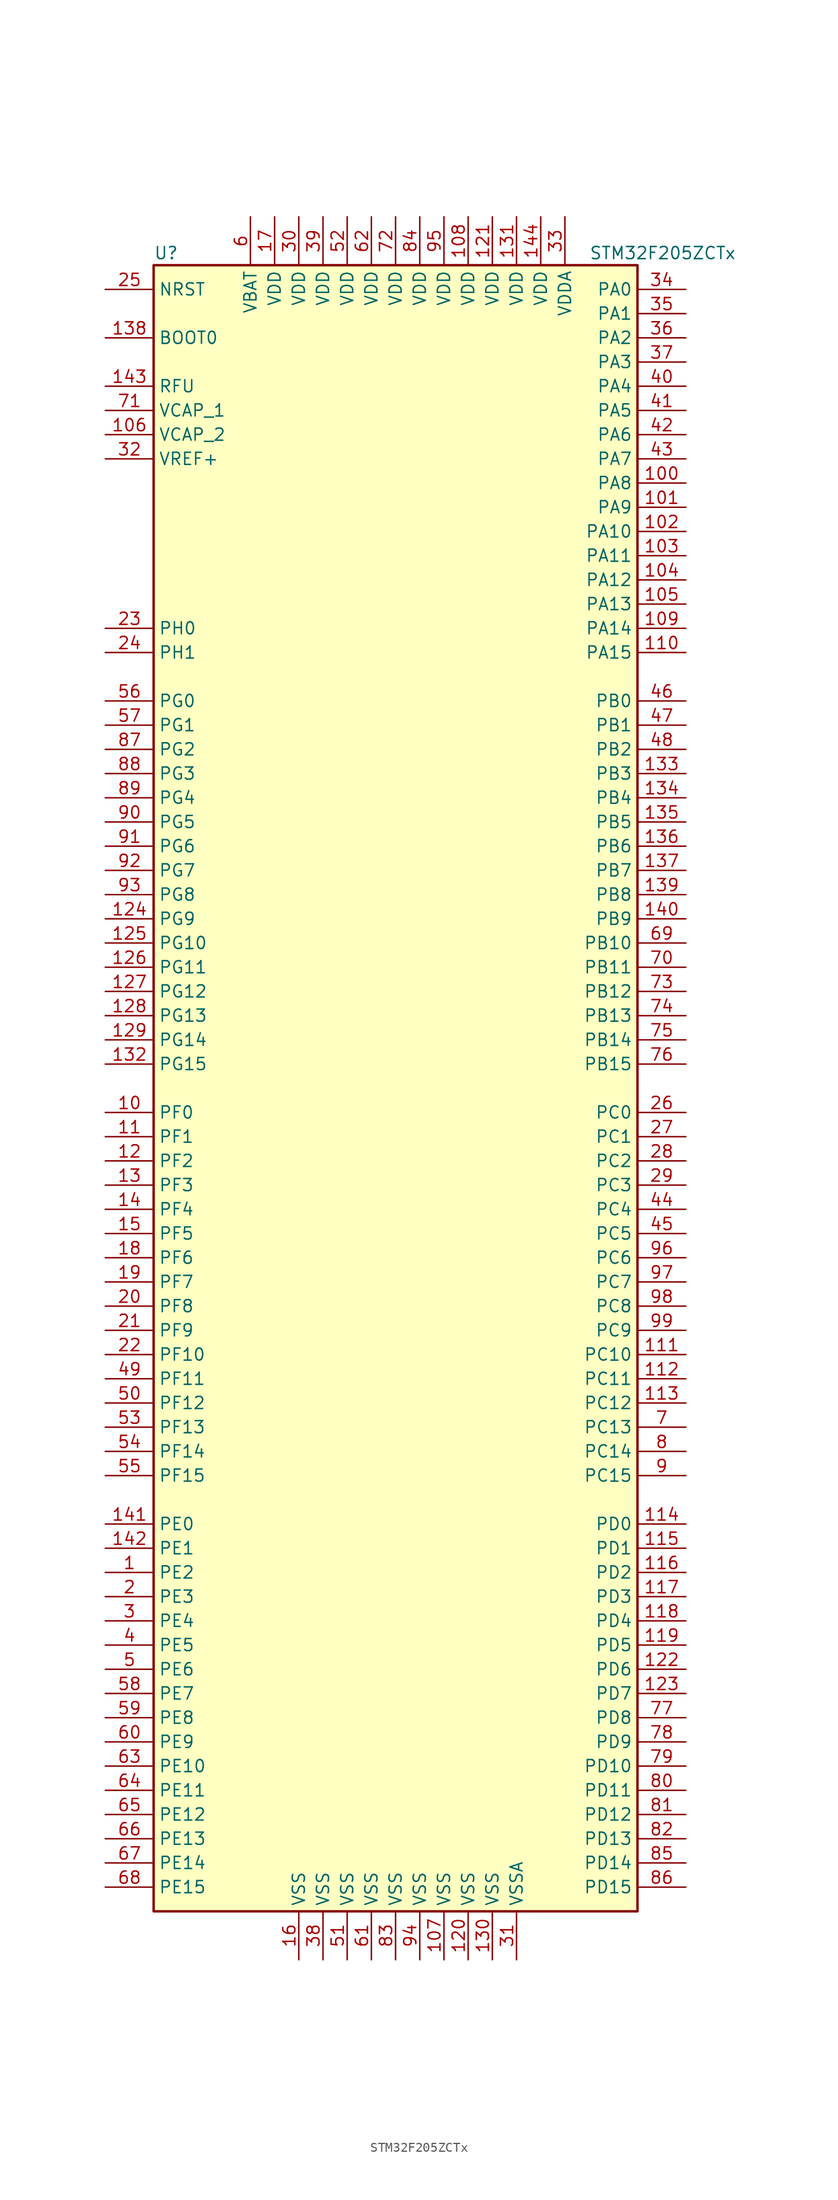
<source format=kicad_sym>
(kicad_symbol_lib
  (version 20201005)
  (generator kicad_symbol_editor)
  (symbol "STM32F205ZCTx"
    (property "Reference" "U"
      (at -25.4 87.63 0)
      (effects (font (size 1.27 1.27)) (justify left)))
    (property "Value" "STM32F205ZCTx"
      (at 20.32 87.63 0)
      (effects (font (size 1.27 1.27)) (justify left)))
    (symbol "STM32F205ZCTx_0_1"
      (rectangle (start -25.4 -86.36) (end 25.4 86.36) (stroke (width 0.254)) (fill (type background))))
    (symbol "STM32F205ZCTx_1_1"
      (pin bidirectional line (at -30.48 -50.8 0) (length 5.08) (name "PE2" (effects (font (size 1.27 1.27)))) (number "1" (effects (font (size 1.27 1.27)))))
      (pin bidirectional line (at -30.48 -2.54 0) (length 5.08) (name "PF0" (effects (font (size 1.27 1.27)))) (number "10" (effects (font (size 1.27 1.27)))))
      (pin bidirectional line (at 30.48 63.5 180) (length 5.08) (name "PA8" (effects (font (size 1.27 1.27)))) (number "100" (effects (font (size 1.27 1.27)))))
      (pin bidirectional line (at 30.48 60.96 180) (length 5.08) (name "PA9" (effects (font (size 1.27 1.27)))) (number "101" (effects (font (size 1.27 1.27)))))
      (pin bidirectional line (at 30.48 58.42 180) (length 5.08) (name "PA10" (effects (font (size 1.27 1.27)))) (number "102" (effects (font (size 1.27 1.27)))))
      (pin bidirectional line (at 30.48 55.88 180) (length 5.08) (name "PA11" (effects (font (size 1.27 1.27)))) (number "103" (effects (font (size 1.27 1.27)))))
      (pin bidirectional line (at 30.48 53.34 180) (length 5.08) (name "PA12" (effects (font (size 1.27 1.27)))) (number "104" (effects (font (size 1.27 1.27)))))
      (pin bidirectional line (at 30.48 50.8 180) (length 5.08) (name "PA13" (effects (font (size 1.27 1.27)))) (number "105" (effects (font (size 1.27 1.27)))))
      (pin power_in line (at -30.48 68.58 0) (length 5.08) (name "VCAP_2" (effects (font (size 1.27 1.27)))) (number "106" (effects (font (size 1.27 1.27)))))
      (pin power_in line (at 5.08 -91.44 90) (length 5.08) (name "VSS" (effects (font (size 1.27 1.27)))) (number "107" (effects (font (size 1.27 1.27)))))
      (pin power_in line (at 7.62 91.44 270) (length 5.08) (name "VDD" (effects (font (size 1.27 1.27)))) (number "108" (effects (font (size 1.27 1.27)))))
      (pin bidirectional line (at 30.48 48.26 180) (length 5.08) (name "PA14" (effects (font (size 1.27 1.27)))) (number "109" (effects (font (size 1.27 1.27)))))
      (pin bidirectional line (at -30.48 -5.08 0) (length 5.08) (name "PF1" (effects (font (size 1.27 1.27)))) (number "11" (effects (font (size 1.27 1.27)))))
      (pin bidirectional line (at 30.48 45.72 180) (length 5.08) (name "PA15" (effects (font (size 1.27 1.27)))) (number "110" (effects (font (size 1.27 1.27)))))
      (pin bidirectional line (at 30.48 -27.94 180) (length 5.08) (name "PC10" (effects (font (size 1.27 1.27)))) (number "111" (effects (font (size 1.27 1.27)))))
      (pin bidirectional line (at 30.48 -30.48 180) (length 5.08) (name "PC11" (effects (font (size 1.27 1.27)))) (number "112" (effects (font (size 1.27 1.27)))))
      (pin bidirectional line (at 30.48 -33.02 180) (length 5.08) (name "PC12" (effects (font (size 1.27 1.27)))) (number "113" (effects (font (size 1.27 1.27)))))
      (pin bidirectional line (at 30.48 -45.72 180) (length 5.08) (name "PD0" (effects (font (size 1.27 1.27)))) (number "114" (effects (font (size 1.27 1.27)))))
      (pin bidirectional line (at 30.48 -48.26 180) (length 5.08) (name "PD1" (effects (font (size 1.27 1.27)))) (number "115" (effects (font (size 1.27 1.27)))))
      (pin bidirectional line (at 30.48 -50.8 180) (length 5.08) (name "PD2" (effects (font (size 1.27 1.27)))) (number "116" (effects (font (size 1.27 1.27)))))
      (pin bidirectional line (at 30.48 -53.34 180) (length 5.08) (name "PD3" (effects (font (size 1.27 1.27)))) (number "117" (effects (font (size 1.27 1.27)))))
      (pin bidirectional line (at 30.48 -55.88 180) (length 5.08) (name "PD4" (effects (font (size 1.27 1.27)))) (number "118" (effects (font (size 1.27 1.27)))))
      (pin bidirectional line (at 30.48 -58.42 180) (length 5.08) (name "PD5" (effects (font (size 1.27 1.27)))) (number "119" (effects (font (size 1.27 1.27)))))
      (pin bidirectional line (at -30.48 -7.62 0) (length 5.08) (name "PF2" (effects (font (size 1.27 1.27)))) (number "12" (effects (font (size 1.27 1.27)))))
      (pin power_in line (at 7.62 -91.44 90) (length 5.08) (name "VSS" (effects (font (size 1.27 1.27)))) (number "120" (effects (font (size 1.27 1.27)))))
      (pin power_in line (at 10.16 91.44 270) (length 5.08) (name "VDD" (effects (font (size 1.27 1.27)))) (number "121" (effects (font (size 1.27 1.27)))))
      (pin bidirectional line (at 30.48 -60.96 180) (length 5.08) (name "PD6" (effects (font (size 1.27 1.27)))) (number "122" (effects (font (size 1.27 1.27)))))
      (pin bidirectional line (at 30.48 -63.5 180) (length 5.08) (name "PD7" (effects (font (size 1.27 1.27)))) (number "123" (effects (font (size 1.27 1.27)))))
      (pin bidirectional line (at -30.48 17.78 0) (length 5.08) (name "PG9" (effects (font (size 1.27 1.27)))) (number "124" (effects (font (size 1.27 1.27)))))
      (pin bidirectional line (at -30.48 15.24 0) (length 5.08) (name "PG10" (effects (font (size 1.27 1.27)))) (number "125" (effects (font (size 1.27 1.27)))))
      (pin bidirectional line (at -30.48 12.7 0) (length 5.08) (name "PG11" (effects (font (size 1.27 1.27)))) (number "126" (effects (font (size 1.27 1.27)))))
      (pin bidirectional line (at -30.48 10.16 0) (length 5.08) (name "PG12" (effects (font (size 1.27 1.27)))) (number "127" (effects (font (size 1.27 1.27)))))
      (pin bidirectional line (at -30.48 7.62 0) (length 5.08) (name "PG13" (effects (font (size 1.27 1.27)))) (number "128" (effects (font (size 1.27 1.27)))))
      (pin bidirectional line (at -30.48 5.08 0) (length 5.08) (name "PG14" (effects (font (size 1.27 1.27)))) (number "129" (effects (font (size 1.27 1.27)))))
      (pin bidirectional line (at -30.48 -10.16 0) (length 5.08) (name "PF3" (effects (font (size 1.27 1.27)))) (number "13" (effects (font (size 1.27 1.27)))))
      (pin power_in line (at 10.16 -91.44 90) (length 5.08) (name "VSS" (effects (font (size 1.27 1.27)))) (number "130" (effects (font (size 1.27 1.27)))))
      (pin power_in line (at 12.7 91.44 270) (length 5.08) (name "VDD" (effects (font (size 1.27 1.27)))) (number "131" (effects (font (size 1.27 1.27)))))
      (pin bidirectional line (at -30.48 2.54 0) (length 5.08) (name "PG15" (effects (font (size 1.27 1.27)))) (number "132" (effects (font (size 1.27 1.27)))))
      (pin bidirectional line (at 30.48 33.02 180) (length 5.08) (name "PB3" (effects (font (size 1.27 1.27)))) (number "133" (effects (font (size 1.27 1.27)))))
      (pin bidirectional line (at 30.48 30.48 180) (length 5.08) (name "PB4" (effects (font (size 1.27 1.27)))) (number "134" (effects (font (size 1.27 1.27)))))
      (pin bidirectional line (at 30.48 27.94 180) (length 5.08) (name "PB5" (effects (font (size 1.27 1.27)))) (number "135" (effects (font (size 1.27 1.27)))))
      (pin bidirectional line (at 30.48 25.4 180) (length 5.08) (name "PB6" (effects (font (size 1.27 1.27)))) (number "136" (effects (font (size 1.27 1.27)))))
      (pin bidirectional line (at 30.48 22.86 180) (length 5.08) (name "PB7" (effects (font (size 1.27 1.27)))) (number "137" (effects (font (size 1.27 1.27)))))
      (pin input line (at -30.48 78.74 0) (length 5.08) (name "BOOT0" (effects (font (size 1.27 1.27)))) (number "138" (effects (font (size 1.27 1.27)))))
      (pin bidirectional line (at 30.48 20.32 180) (length 5.08) (name "PB8" (effects (font (size 1.27 1.27)))) (number "139" (effects (font (size 1.27 1.27)))))
      (pin bidirectional line (at -30.48 -12.7 0) (length 5.08) (name "PF4" (effects (font (size 1.27 1.27)))) (number "14" (effects (font (size 1.27 1.27)))))
      (pin bidirectional line (at 30.48 17.78 180) (length 5.08) (name "PB9" (effects (font (size 1.27 1.27)))) (number "140" (effects (font (size 1.27 1.27)))))
      (pin bidirectional line (at -30.48 -45.72 0) (length 5.08) (name "PE0" (effects (font (size 1.27 1.27)))) (number "141" (effects (font (size 1.27 1.27)))))
      (pin bidirectional line (at -30.48 -48.26 0) (length 5.08) (name "PE1" (effects (font (size 1.27 1.27)))) (number "142" (effects (font (size 1.27 1.27)))))
      (pin power_in line (at -30.48 73.66 0) (length 5.08) (name "RFU" (effects (font (size 1.27 1.27)))) (number "143" (effects (font (size 1.27 1.27)))))
      (pin power_in line (at 15.24 91.44 270) (length 5.08) (name "VDD" (effects (font (size 1.27 1.27)))) (number "144" (effects (font (size 1.27 1.27)))))
      (pin bidirectional line (at -30.48 -15.24 0) (length 5.08) (name "PF5" (effects (font (size 1.27 1.27)))) (number "15" (effects (font (size 1.27 1.27)))))
      (pin power_in line (at -10.16 -91.44 90) (length 5.08) (name "VSS" (effects (font (size 1.27 1.27)))) (number "16" (effects (font (size 1.27 1.27)))))
      (pin power_in line (at -12.7 91.44 270) (length 5.08) (name "VDD" (effects (font (size 1.27 1.27)))) (number "17" (effects (font (size 1.27 1.27)))))
      (pin bidirectional line (at -30.48 -17.78 0) (length 5.08) (name "PF6" (effects (font (size 1.27 1.27)))) (number "18" (effects (font (size 1.27 1.27)))))
      (pin bidirectional line (at -30.48 -20.32 0) (length 5.08) (name "PF7" (effects (font (size 1.27 1.27)))) (number "19" (effects (font (size 1.27 1.27)))))
      (pin bidirectional line (at -30.48 -53.34 0) (length 5.08) (name "PE3" (effects (font (size 1.27 1.27)))) (number "2" (effects (font (size 1.27 1.27)))))
      (pin bidirectional line (at -30.48 -22.86 0) (length 5.08) (name "PF8" (effects (font (size 1.27 1.27)))) (number "20" (effects (font (size 1.27 1.27)))))
      (pin bidirectional line (at -30.48 -25.4 0) (length 5.08) (name "PF9" (effects (font (size 1.27 1.27)))) (number "21" (effects (font (size 1.27 1.27)))))
      (pin bidirectional line (at -30.48 -27.94 0) (length 5.08) (name "PF10" (effects (font (size 1.27 1.27)))) (number "22" (effects (font (size 1.27 1.27)))))
      (pin input line (at -30.48 48.26 0) (length 5.08) (name "PH0" (effects (font (size 1.27 1.27)))) (number "23" (effects (font (size 1.27 1.27)))))
      (pin input line (at -30.48 45.72 0) (length 5.08) (name "PH1" (effects (font (size 1.27 1.27)))) (number "24" (effects (font (size 1.27 1.27)))))
      (pin input line (at -30.48 83.82 0) (length 5.08) (name "NRST" (effects (font (size 1.27 1.27)))) (number "25" (effects (font (size 1.27 1.27)))))
      (pin bidirectional line (at 30.48 -2.54 180) (length 5.08) (name "PC0" (effects (font (size 1.27 1.27)))) (number "26" (effects (font (size 1.27 1.27)))))
      (pin bidirectional line (at 30.48 -5.08 180) (length 5.08) (name "PC1" (effects (font (size 1.27 1.27)))) (number "27" (effects (font (size 1.27 1.27)))))
      (pin bidirectional line (at 30.48 -7.62 180) (length 5.08) (name "PC2" (effects (font (size 1.27 1.27)))) (number "28" (effects (font (size 1.27 1.27)))))
      (pin bidirectional line (at 30.48 -10.16 180) (length 5.08) (name "PC3" (effects (font (size 1.27 1.27)))) (number "29" (effects (font (size 1.27 1.27)))))
      (pin bidirectional line (at -30.48 -55.88 0) (length 5.08) (name "PE4" (effects (font (size 1.27 1.27)))) (number "3" (effects (font (size 1.27 1.27)))))
      (pin power_in line (at -10.16 91.44 270) (length 5.08) (name "VDD" (effects (font (size 1.27 1.27)))) (number "30" (effects (font (size 1.27 1.27)))))
      (pin power_in line (at 12.7 -91.44 90) (length 5.08) (name "VSSA" (effects (font (size 1.27 1.27)))) (number "31" (effects (font (size 1.27 1.27)))))
      (pin power_in line (at -30.48 66.04 0) (length 5.08) (name "VREF+" (effects (font (size 1.27 1.27)))) (number "32" (effects (font (size 1.27 1.27)))))
      (pin power_in line (at 17.78 91.44 270) (length 5.08) (name "VDDA" (effects (font (size 1.27 1.27)))) (number "33" (effects (font (size 1.27 1.27)))))
      (pin bidirectional line (at 30.48 83.82 180) (length 5.08) (name "PA0" (effects (font (size 1.27 1.27)))) (number "34" (effects (font (size 1.27 1.27)))))
      (pin bidirectional line (at 30.48 81.28 180) (length 5.08) (name "PA1" (effects (font (size 1.27 1.27)))) (number "35" (effects (font (size 1.27 1.27)))))
      (pin bidirectional line (at 30.48 78.74 180) (length 5.08) (name "PA2" (effects (font (size 1.27 1.27)))) (number "36" (effects (font (size 1.27 1.27)))))
      (pin bidirectional line (at 30.48 76.2 180) (length 5.08) (name "PA3" (effects (font (size 1.27 1.27)))) (number "37" (effects (font (size 1.27 1.27)))))
      (pin power_in line (at -7.62 -91.44 90) (length 5.08) (name "VSS" (effects (font (size 1.27 1.27)))) (number "38" (effects (font (size 1.27 1.27)))))
      (pin power_in line (at -7.62 91.44 270) (length 5.08) (name "VDD" (effects (font (size 1.27 1.27)))) (number "39" (effects (font (size 1.27 1.27)))))
      (pin bidirectional line (at -30.48 -58.42 0) (length 5.08) (name "PE5" (effects (font (size 1.27 1.27)))) (number "4" (effects (font (size 1.27 1.27)))))
      (pin bidirectional line (at 30.48 73.66 180) (length 5.08) (name "PA4" (effects (font (size 1.27 1.27)))) (number "40" (effects (font (size 1.27 1.27)))))
      (pin bidirectional line (at 30.48 71.12 180) (length 5.08) (name "PA5" (effects (font (size 1.27 1.27)))) (number "41" (effects (font (size 1.27 1.27)))))
      (pin bidirectional line (at 30.48 68.58 180) (length 5.08) (name "PA6" (effects (font (size 1.27 1.27)))) (number "42" (effects (font (size 1.27 1.27)))))
      (pin bidirectional line (at 30.48 66.04 180) (length 5.08) (name "PA7" (effects (font (size 1.27 1.27)))) (number "43" (effects (font (size 1.27 1.27)))))
      (pin bidirectional line (at 30.48 -12.7 180) (length 5.08) (name "PC4" (effects (font (size 1.27 1.27)))) (number "44" (effects (font (size 1.27 1.27)))))
      (pin bidirectional line (at 30.48 -15.24 180) (length 5.08) (name "PC5" (effects (font (size 1.27 1.27)))) (number "45" (effects (font (size 1.27 1.27)))))
      (pin bidirectional line (at 30.48 40.64 180) (length 5.08) (name "PB0" (effects (font (size 1.27 1.27)))) (number "46" (effects (font (size 1.27 1.27)))))
      (pin bidirectional line (at 30.48 38.1 180) (length 5.08) (name "PB1" (effects (font (size 1.27 1.27)))) (number "47" (effects (font (size 1.27 1.27)))))
      (pin bidirectional line (at 30.48 35.56 180) (length 5.08) (name "PB2" (effects (font (size 1.27 1.27)))) (number "48" (effects (font (size 1.27 1.27)))))
      (pin bidirectional line (at -30.48 -30.48 0) (length 5.08) (name "PF11" (effects (font (size 1.27 1.27)))) (number "49" (effects (font (size 1.27 1.27)))))
      (pin bidirectional line (at -30.48 -60.96 0) (length 5.08) (name "PE6" (effects (font (size 1.27 1.27)))) (number "5" (effects (font (size 1.27 1.27)))))
      (pin bidirectional line (at -30.48 -33.02 0) (length 5.08) (name "PF12" (effects (font (size 1.27 1.27)))) (number "50" (effects (font (size 1.27 1.27)))))
      (pin power_in line (at -5.08 -91.44 90) (length 5.08) (name "VSS" (effects (font (size 1.27 1.27)))) (number "51" (effects (font (size 1.27 1.27)))))
      (pin power_in line (at -5.08 91.44 270) (length 5.08) (name "VDD" (effects (font (size 1.27 1.27)))) (number "52" (effects (font (size 1.27 1.27)))))
      (pin bidirectional line (at -30.48 -35.56 0) (length 5.08) (name "PF13" (effects (font (size 1.27 1.27)))) (number "53" (effects (font (size 1.27 1.27)))))
      (pin bidirectional line (at -30.48 -38.1 0) (length 5.08) (name "PF14" (effects (font (size 1.27 1.27)))) (number "54" (effects (font (size 1.27 1.27)))))
      (pin bidirectional line (at -30.48 -40.64 0) (length 5.08) (name "PF15" (effects (font (size 1.27 1.27)))) (number "55" (effects (font (size 1.27 1.27)))))
      (pin bidirectional line (at -30.48 40.64 0) (length 5.08) (name "PG0" (effects (font (size 1.27 1.27)))) (number "56" (effects (font (size 1.27 1.27)))))
      (pin bidirectional line (at -30.48 38.1 0) (length 5.08) (name "PG1" (effects (font (size 1.27 1.27)))) (number "57" (effects (font (size 1.27 1.27)))))
      (pin bidirectional line (at -30.48 -63.5 0) (length 5.08) (name "PE7" (effects (font (size 1.27 1.27)))) (number "58" (effects (font (size 1.27 1.27)))))
      (pin bidirectional line (at -30.48 -66.04 0) (length 5.08) (name "PE8" (effects (font (size 1.27 1.27)))) (number "59" (effects (font (size 1.27 1.27)))))
      (pin power_in line (at -15.24 91.44 270) (length 5.08) (name "VBAT" (effects (font (size 1.27 1.27)))) (number "6" (effects (font (size 1.27 1.27)))))
      (pin bidirectional line (at -30.48 -68.58 0) (length 5.08) (name "PE9" (effects (font (size 1.27 1.27)))) (number "60" (effects (font (size 1.27 1.27)))))
      (pin power_in line (at -2.54 -91.44 90) (length 5.08) (name "VSS" (effects (font (size 1.27 1.27)))) (number "61" (effects (font (size 1.27 1.27)))))
      (pin power_in line (at -2.54 91.44 270) (length 5.08) (name "VDD" (effects (font (size 1.27 1.27)))) (number "62" (effects (font (size 1.27 1.27)))))
      (pin bidirectional line (at -30.48 -71.12 0) (length 5.08) (name "PE10" (effects (font (size 1.27 1.27)))) (number "63" (effects (font (size 1.27 1.27)))))
      (pin bidirectional line (at -30.48 -73.66 0) (length 5.08) (name "PE11" (effects (font (size 1.27 1.27)))) (number "64" (effects (font (size 1.27 1.27)))))
      (pin bidirectional line (at -30.48 -76.2 0) (length 5.08) (name "PE12" (effects (font (size 1.27 1.27)))) (number "65" (effects (font (size 1.27 1.27)))))
      (pin bidirectional line (at -30.48 -78.74 0) (length 5.08) (name "PE13" (effects (font (size 1.27 1.27)))) (number "66" (effects (font (size 1.27 1.27)))))
      (pin bidirectional line (at -30.48 -81.28 0) (length 5.08) (name "PE14" (effects (font (size 1.27 1.27)))) (number "67" (effects (font (size 1.27 1.27)))))
      (pin bidirectional line (at -30.48 -83.82 0) (length 5.08) (name "PE15" (effects (font (size 1.27 1.27)))) (number "68" (effects (font (size 1.27 1.27)))))
      (pin bidirectional line (at 30.48 15.24 180) (length 5.08) (name "PB10" (effects (font (size 1.27 1.27)))) (number "69" (effects (font (size 1.27 1.27)))))
      (pin bidirectional line (at 30.48 -35.56 180) (length 5.08) (name "PC13" (effects (font (size 1.27 1.27)))) (number "7" (effects (font (size 1.27 1.27)))))
      (pin bidirectional line (at 30.48 12.7 180) (length 5.08) (name "PB11" (effects (font (size 1.27 1.27)))) (number "70" (effects (font (size 1.27 1.27)))))
      (pin power_in line (at -30.48 71.12 0) (length 5.08) (name "VCAP_1" (effects (font (size 1.27 1.27)))) (number "71" (effects (font (size 1.27 1.27)))))
      (pin power_in line (at 0 91.44 270) (length 5.08) (name "VDD" (effects (font (size 1.27 1.27)))) (number "72" (effects (font (size 1.27 1.27)))))
      (pin bidirectional line (at 30.48 10.16 180) (length 5.08) (name "PB12" (effects (font (size 1.27 1.27)))) (number "73" (effects (font (size 1.27 1.27)))))
      (pin bidirectional line (at 30.48 7.62 180) (length 5.08) (name "PB13" (effects (font (size 1.27 1.27)))) (number "74" (effects (font (size 1.27 1.27)))))
      (pin bidirectional line (at 30.48 5.08 180) (length 5.08) (name "PB14" (effects (font (size 1.27 1.27)))) (number "75" (effects (font (size 1.27 1.27)))))
      (pin bidirectional line (at 30.48 2.54 180) (length 5.08) (name "PB15" (effects (font (size 1.27 1.27)))) (number "76" (effects (font (size 1.27 1.27)))))
      (pin bidirectional line (at 30.48 -66.04 180) (length 5.08) (name "PD8" (effects (font (size 1.27 1.27)))) (number "77" (effects (font (size 1.27 1.27)))))
      (pin bidirectional line (at 30.48 -68.58 180) (length 5.08) (name "PD9" (effects (font (size 1.27 1.27)))) (number "78" (effects (font (size 1.27 1.27)))))
      (pin bidirectional line (at 30.48 -71.12 180) (length 5.08) (name "PD10" (effects (font (size 1.27 1.27)))) (number "79" (effects (font (size 1.27 1.27)))))
      (pin bidirectional line (at 30.48 -38.1 180) (length 5.08) (name "PC14" (effects (font (size 1.27 1.27)))) (number "8" (effects (font (size 1.27 1.27)))))
      (pin bidirectional line (at 30.48 -73.66 180) (length 5.08) (name "PD11" (effects (font (size 1.27 1.27)))) (number "80" (effects (font (size 1.27 1.27)))))
      (pin bidirectional line (at 30.48 -76.2 180) (length 5.08) (name "PD12" (effects (font (size 1.27 1.27)))) (number "81" (effects (font (size 1.27 1.27)))))
      (pin bidirectional line (at 30.48 -78.74 180) (length 5.08) (name "PD13" (effects (font (size 1.27 1.27)))) (number "82" (effects (font (size 1.27 1.27)))))
      (pin power_in line (at 0 -91.44 90) (length 5.08) (name "VSS" (effects (font (size 1.27 1.27)))) (number "83" (effects (font (size 1.27 1.27)))))
      (pin power_in line (at 2.54 91.44 270) (length 5.08) (name "VDD" (effects (font (size 1.27 1.27)))) (number "84" (effects (font (size 1.27 1.27)))))
      (pin bidirectional line (at 30.48 -81.28 180) (length 5.08) (name "PD14" (effects (font (size 1.27 1.27)))) (number "85" (effects (font (size 1.27 1.27)))))
      (pin bidirectional line (at 30.48 -83.82 180) (length 5.08) (name "PD15" (effects (font (size 1.27 1.27)))) (number "86" (effects (font (size 1.27 1.27)))))
      (pin bidirectional line (at -30.48 35.56 0) (length 5.08) (name "PG2" (effects (font (size 1.27 1.27)))) (number "87" (effects (font (size 1.27 1.27)))))
      (pin bidirectional line (at -30.48 33.02 0) (length 5.08) (name "PG3" (effects (font (size 1.27 1.27)))) (number "88" (effects (font (size 1.27 1.27)))))
      (pin bidirectional line (at -30.48 30.48 0) (length 5.08) (name "PG4" (effects (font (size 1.27 1.27)))) (number "89" (effects (font (size 1.27 1.27)))))
      (pin bidirectional line (at 30.48 -40.64 180) (length 5.08) (name "PC15" (effects (font (size 1.27 1.27)))) (number "9" (effects (font (size 1.27 1.27)))))
      (pin bidirectional line (at -30.48 27.94 0) (length 5.08) (name "PG5" (effects (font (size 1.27 1.27)))) (number "90" (effects (font (size 1.27 1.27)))))
      (pin bidirectional line (at -30.48 25.4 0) (length 5.08) (name "PG6" (effects (font (size 1.27 1.27)))) (number "91" (effects (font (size 1.27 1.27)))))
      (pin bidirectional line (at -30.48 22.86 0) (length 5.08) (name "PG7" (effects (font (size 1.27 1.27)))) (number "92" (effects (font (size 1.27 1.27)))))
      (pin bidirectional line (at -30.48 20.32 0) (length 5.08) (name "PG8" (effects (font (size 1.27 1.27)))) (number "93" (effects (font (size 1.27 1.27)))))
      (pin power_in line (at 2.54 -91.44 90) (length 5.08) (name "VSS" (effects (font (size 1.27 1.27)))) (number "94" (effects (font (size 1.27 1.27)))))
      (pin power_in line (at 5.08 91.44 270) (length 5.08) (name "VDD" (effects (font (size 1.27 1.27)))) (number "95" (effects (font (size 1.27 1.27)))))
      (pin bidirectional line (at 30.48 -17.78 180) (length 5.08) (name "PC6" (effects (font (size 1.27 1.27)))) (number "96" (effects (font (size 1.27 1.27)))))
      (pin bidirectional line (at 30.48 -20.32 180) (length 5.08) (name "PC7" (effects (font (size 1.27 1.27)))) (number "97" (effects (font (size 1.27 1.27)))))
      (pin bidirectional line (at 30.48 -22.86 180) (length 5.08) (name "PC8" (effects (font (size 1.27 1.27)))) (number "98" (effects (font (size 1.27 1.27)))))
      (pin bidirectional line (at 30.48 -25.4 180) (length 5.08) (name "PC9" (effects (font (size 1.27 1.27)))) (number "99" (effects (font (size 1.27 1.27))))))))
</source>
